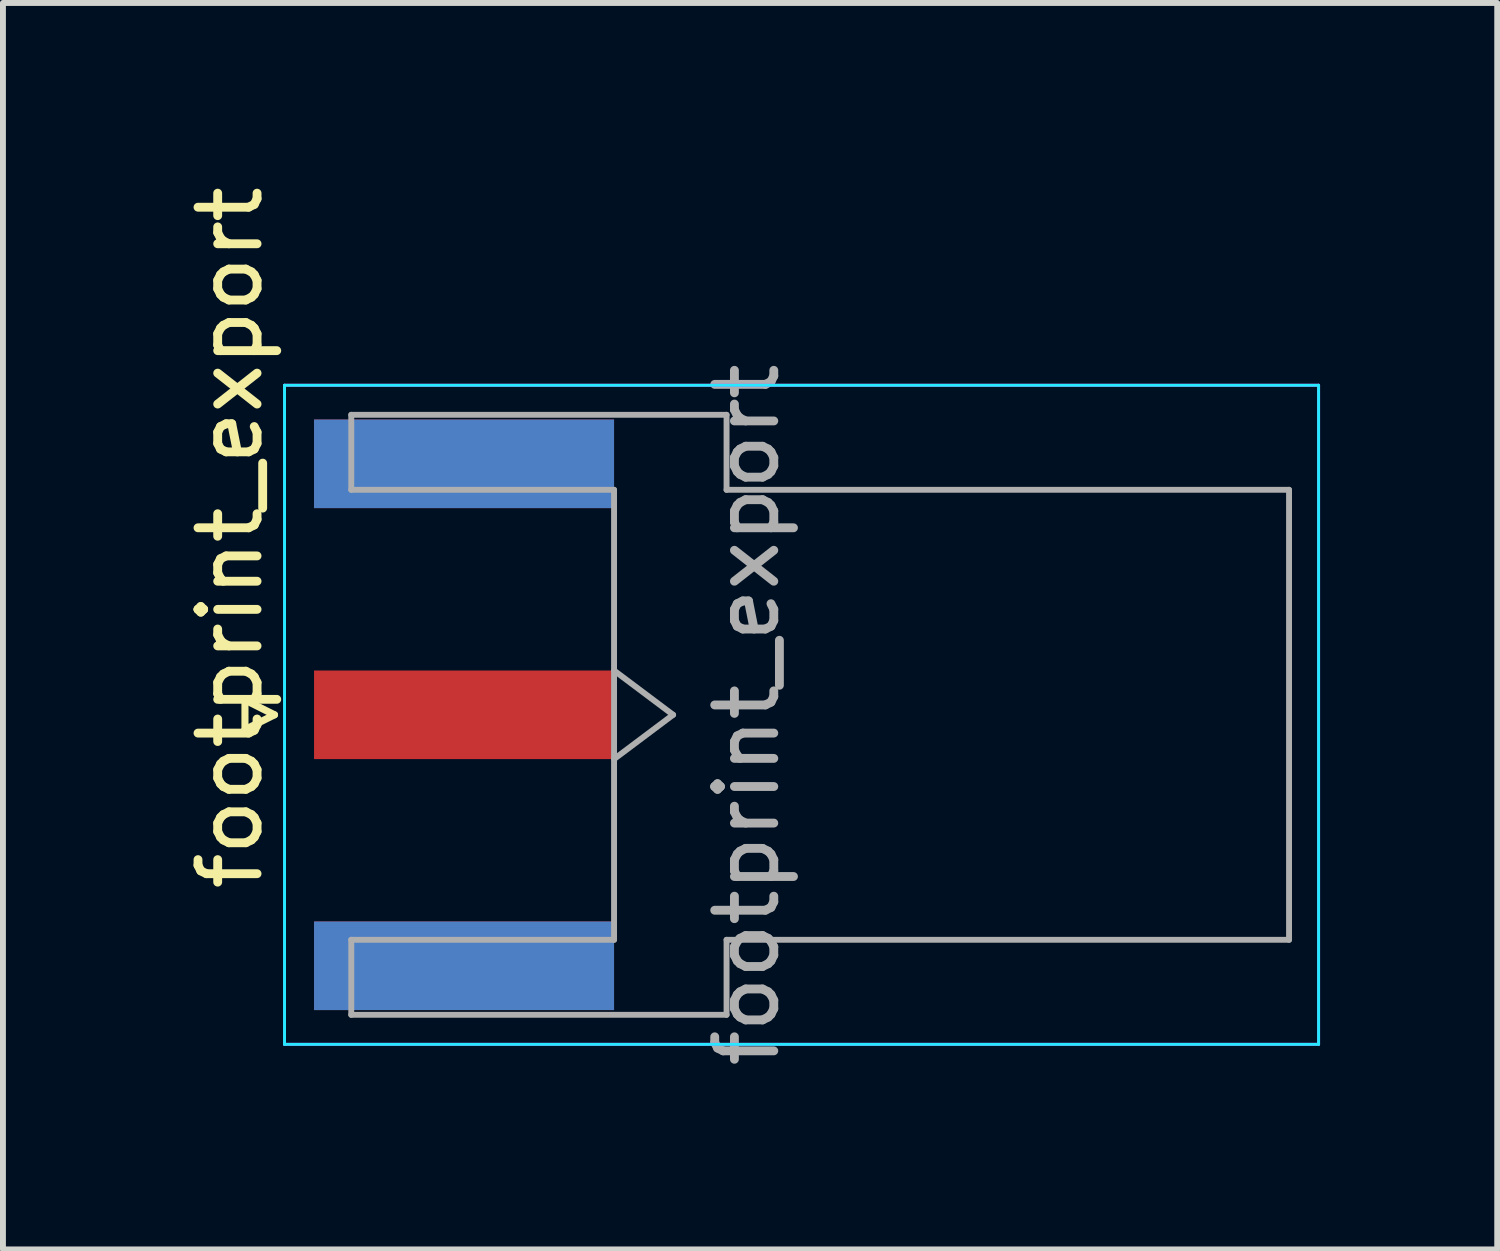
<source format=kicad_pcb>
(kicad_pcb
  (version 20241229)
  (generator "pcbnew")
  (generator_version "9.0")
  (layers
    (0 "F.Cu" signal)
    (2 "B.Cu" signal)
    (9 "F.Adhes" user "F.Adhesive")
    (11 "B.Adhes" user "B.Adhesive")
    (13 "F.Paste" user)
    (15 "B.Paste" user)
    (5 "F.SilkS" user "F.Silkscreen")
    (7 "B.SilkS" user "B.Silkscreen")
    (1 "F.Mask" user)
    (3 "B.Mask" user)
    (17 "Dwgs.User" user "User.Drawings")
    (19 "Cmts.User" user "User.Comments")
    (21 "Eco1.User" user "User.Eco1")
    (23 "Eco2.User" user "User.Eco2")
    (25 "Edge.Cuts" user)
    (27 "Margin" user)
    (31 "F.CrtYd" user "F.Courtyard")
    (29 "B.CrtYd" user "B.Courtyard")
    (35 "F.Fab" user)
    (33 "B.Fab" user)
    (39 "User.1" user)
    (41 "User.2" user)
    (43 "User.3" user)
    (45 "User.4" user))
  (footprint "footprint_export"
    (layer "F.Cu")
    (at 4.808 9.054)
    (property "Reference" "footprint_export" (at -3.96 -3 90) (layer "F.SilkS") (effects (font (size 1 1) (thickness 0.15))))
    (attr smd)
    (fp_line (start -3.71 -0.25) (end -3.71 0.25) (stroke (width 0.12) (type solid)) (layer "F.SilkS"))
    (fp_line (start -3.71 0.25) (end -3.21 0) (stroke (width 0.12) (type solid)) (layer "F.SilkS"))
    (fp_line (start -3.21 0) (end -3.71 -0.25) (stroke (width 0.12) (type solid)) (layer "F.SilkS"))
    (fp_line (start -3.04 5.58) (end -3.04 -5.58) (stroke (width 0.05) (type solid)) (layer "B.CrtYd"))
    (fp_line (start 14.47 -5.58) (end -3.04 -5.58) (stroke (width 0.05) (type solid)) (layer "B.CrtYd"))
    (fp_line (start 14.47 -5.58) (end 14.47 5.58) (stroke (width 0.05) (type solid)) (layer "B.CrtYd"))
    (fp_line (start 14.47 5.58) (end -3.04 5.58) (stroke (width 0.05) (type solid)) (layer "B.CrtYd"))
    (fp_line (start -3.04 5.58) (end -3.04 -5.58) (stroke (width 0.05) (type solid)) (layer "F.CrtYd"))
    (fp_line (start 14.47 -5.58) (end -3.04 -5.58) (stroke (width 0.05) (type solid)) (layer "F.CrtYd"))
    (fp_line (start 14.47 -5.58) (end 14.47 5.58) (stroke (width 0.05) (type solid)) (layer "F.CrtYd"))
    (fp_line (start 14.47 5.58) (end -3.04 5.58) (stroke (width 0.05) (type solid)) (layer "F.CrtYd"))
    (fp_line (start -1.91 -5.08) (end -1.91 -3.81) (stroke (width 0.1) (type solid)) (layer "F.Fab"))
    (fp_line (start -1.91 -5.08) (end 4.445 -5.08) (stroke (width 0.1) (type solid)) (layer "F.Fab"))
    (fp_line (start -1.91 -3.81) (end 2.54 -3.81) (stroke (width 0.1) (type solid)) (layer "F.Fab"))
    (fp_line (start -1.91 3.81) (end -1.91 5.08) (stroke (width 0.1) (type solid)) (layer "F.Fab"))
    (fp_line (start -1.91 5.08) (end 4.445 5.08) (stroke (width 0.1) (type solid)) (layer "F.Fab"))
    (fp_line (start 2.54 -3.81) (end 2.54 3.81) (stroke (width 0.1) (type solid)) (layer "F.Fab"))
    (fp_line (start 2.54 -0.75) (end 3.54 0) (stroke (width 0.1) (type solid)) (layer "F.Fab"))
    (fp_line (start 2.54 3.81) (end -1.91 3.81) (stroke (width 0.1) (type solid)) (layer "F.Fab"))
    (fp_line (start 3.54 0) (end 2.54 0.75) (stroke (width 0.1) (type solid)) (layer "F.Fab"))
    (fp_line (start 4.445 -3.81) (end 4.445 -5.08) (stroke (width 0.1) (type solid)) (layer "F.Fab"))
    (fp_line (start 4.445 -3.81) (end 13.97 -3.81) (stroke (width 0.1) (type solid)) (layer "F.Fab"))
    (fp_line (start 4.445 5.08) (end 4.445 3.81) (stroke (width 0.1) (type solid)) (layer "F.Fab"))
    (fp_line (start 13.97 -3.81) (end 13.97 3.81) (stroke (width 0.1) (type solid)) (layer "F.Fab"))
    (fp_line (start 13.97 3.81) (end 4.445 3.81) (stroke (width 0.1) (type solid)) (layer "F.Fab"))
    (fp_text user "${REFERENCE}" (at 4.79 0 270) (layer "F.Fab") (effects (font (size 1 1) (thickness 0.15))))
    (pad "1" smd rect (at 0 0 90) (size 1.5 5.08) (layers "F.Cu" "F.Mask" "F.Paste"))
    (pad "2" smd rect (at 0 -4.25 90) (size 1.5 5.08) (layers "F.Cu" "F.Mask" "F.Paste"))
    (pad "2" smd rect (at 0 -4.25 90) (size 1.5 5.08) (layers "B.Cu" "B.Mask" "B.Paste"))
    (pad "2" smd rect (at 0 4.25 90) (size 1.5 5.08) (layers "F.Cu" "F.Mask" "F.Paste"))
    (pad "2" smd rect (at 0 4.25 90) (size 1.5 5.08) (layers "B.Cu" "B.Mask" "B.Paste")))
  (gr_rect
    (start -3 -3)
    (end 22.303 18.107)
    (stroke (width 0.1) (type default))
    (fill no)
    (layer "Edge.Cuts")))
</source>
